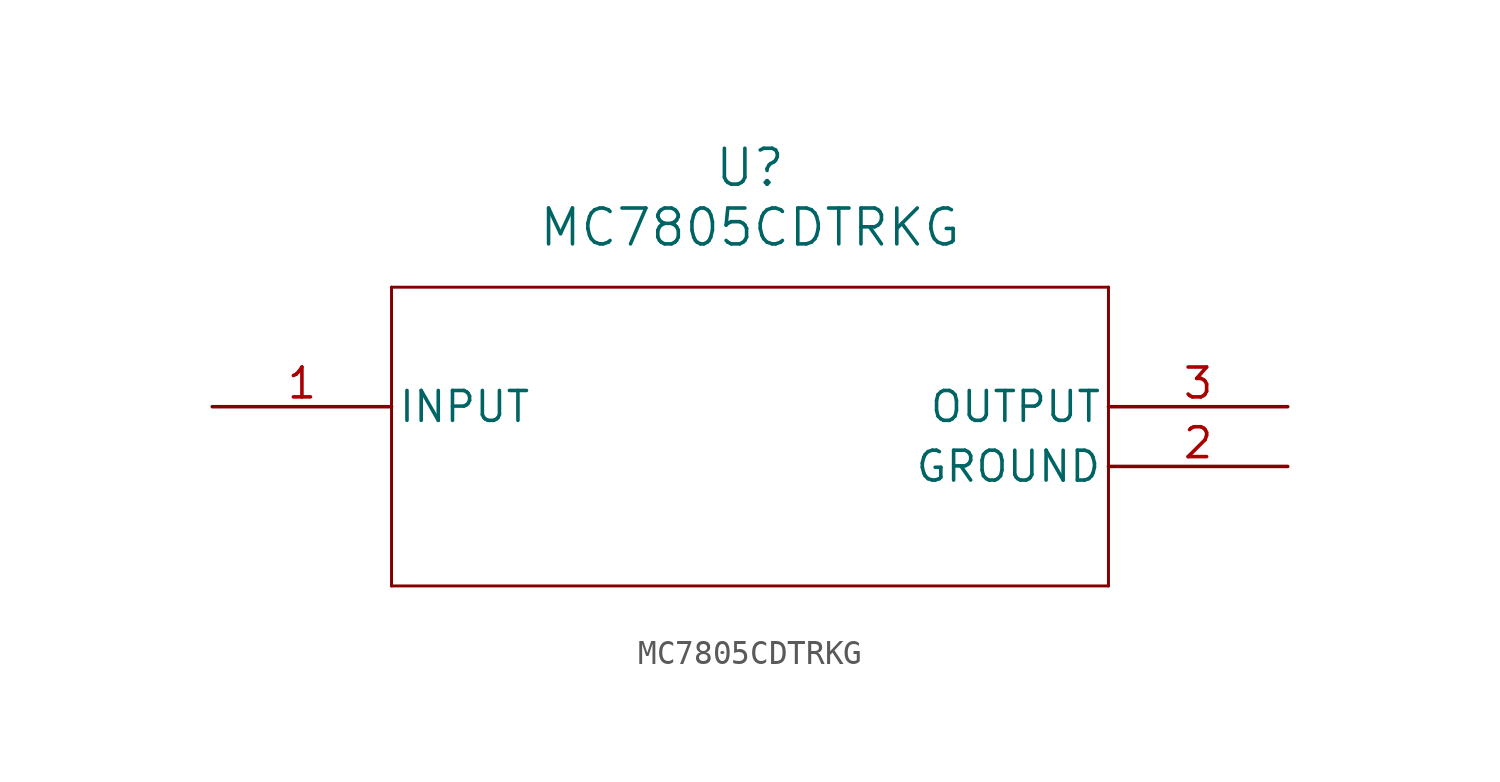
<source format=kicad_sym>
(kicad_symbol_lib
  (version 20211014)
  (generator kicad_symbol_editor)
  (symbol "MC7805CDTRKG"
    (pin_names
      (offset 0.254))
    (property "Reference" "U"
      (at 22.86 10.16 0)
      (effects (font (size 1.524 1.524))))
    (property "Value" "MC7805CDTRKG"
      (at 22.86 7.62 0)
      (effects (font (size 1.524 1.524))))
    (symbol "MC7805CDTRKG_0_1"
      (polyline (pts (xy 7.62 5.08) (xy 7.62 -7.62)) (stroke (width 0.127) (type default) (color 0 0 0 0)) (fill (type none)))
      (polyline (pts (xy 7.62 -7.62) (xy 38.1 -7.62)) (stroke (width 0.127) (type default) (color 0 0 0 0)) (fill (type none)))
      (polyline (pts (xy 38.1 -7.62) (xy 38.1 5.08)) (stroke (width 0.127) (type default) (color 0 0 0 0)) (fill (type none)))
      (polyline (pts (xy 38.1 5.08) (xy 7.62 5.08)) (stroke (width 0.127) (type default) (color 0 0 0 0)) (fill (type none)))
      (pin input line (at 0 0 0) (length 7.62) (name "INPUT" (effects (font (size 1.27 1.27)))) (number "1" (effects (font (size 1.27 1.27)))))
      (pin power_in line (at 45.72 -2.54 180) (length 7.62) (name "GROUND" (effects (font (size 1.27 1.27)))) (number "2" (effects (font (size 1.27 1.27)))))
      (pin output line (at 45.72 0 180) (length 7.62) (name "OUTPUT" (effects (font (size 1.27 1.27)))) (number "3" (effects (font (size 1.27 1.27))))))))
</source>
